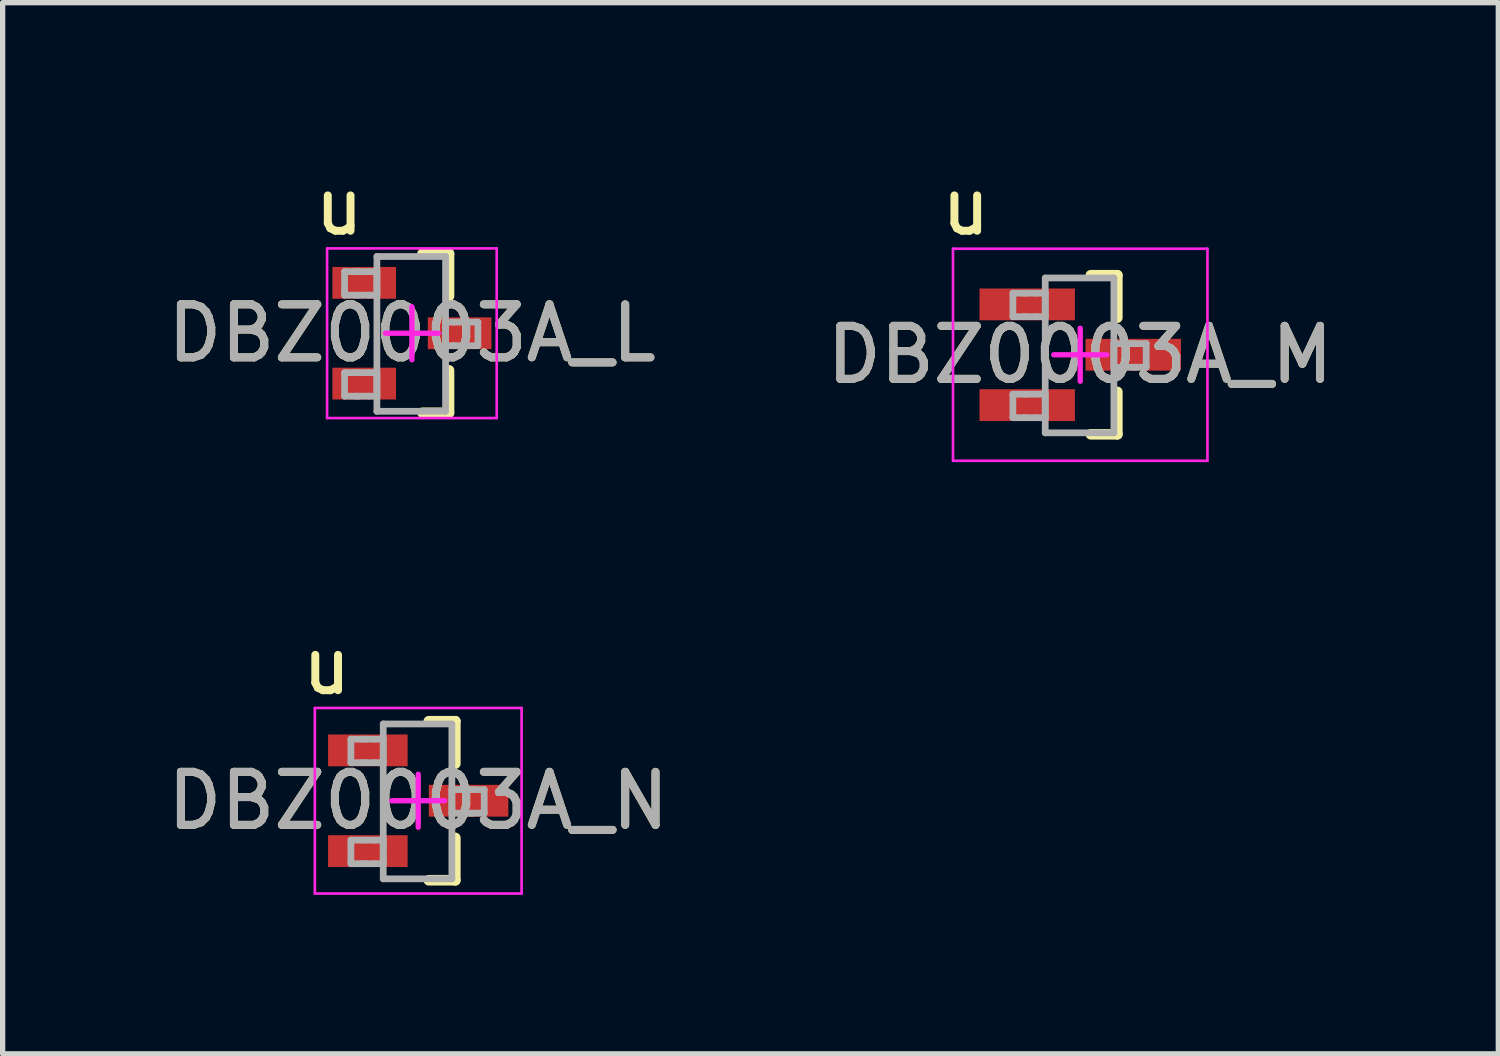
<source format=kicad_pcb>
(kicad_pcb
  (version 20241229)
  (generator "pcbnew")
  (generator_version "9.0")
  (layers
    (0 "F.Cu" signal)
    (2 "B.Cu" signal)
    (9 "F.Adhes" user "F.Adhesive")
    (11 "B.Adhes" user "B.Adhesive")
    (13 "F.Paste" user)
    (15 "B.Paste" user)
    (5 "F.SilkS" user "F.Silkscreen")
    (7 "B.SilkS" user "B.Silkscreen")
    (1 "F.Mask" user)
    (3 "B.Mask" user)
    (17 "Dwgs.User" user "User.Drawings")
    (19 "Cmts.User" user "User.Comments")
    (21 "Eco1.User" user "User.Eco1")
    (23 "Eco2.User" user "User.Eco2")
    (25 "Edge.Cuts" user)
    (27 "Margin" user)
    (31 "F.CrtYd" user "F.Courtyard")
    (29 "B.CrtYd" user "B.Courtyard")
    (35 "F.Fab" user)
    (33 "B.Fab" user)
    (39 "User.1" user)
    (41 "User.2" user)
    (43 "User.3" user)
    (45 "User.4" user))
  (footprint "DBZ0003A_L"
    (layer "F.Cu")
    (at 4.72 3.236)
    (property "Reference" "DBZ0003A_L" (at 0 0 0) (unlocked yes) (layer "F.SilkS") (effects (font (size 1 1) (thickness 0.15))))
    (attr smd)
    (fp_line (start 0.2 -1.5) (end 0.7 -1.5) (stroke (width 0.2) (type solid)) (layer "F.SilkS"))
    (fp_line (start 0.2 1.5) (end 0.7 1.5) (stroke (width 0.2) (type solid)) (layer "F.SilkS"))
    (fp_line (start 0.7 -0.7) (end 0.7 -1.5) (stroke (width 0.2) (type solid)) (layer "F.SilkS"))
    (fp_line (start 0.7 1.5) (end 0.7 0.7) (stroke (width 0.2) (type solid)) (layer "F.SilkS"))
    (fp_line (start -1.6 -1.6) (end 1.6 -1.6) (stroke (width 0.05) (type solid)) (layer "F.CrtYd"))
    (fp_line (start -1.6 1.6) (end -1.6 -1.6) (stroke (width 0.05) (type solid)) (layer "F.CrtYd"))
    (fp_line (start -1.6 1.6) (end 1.6 1.6) (stroke (width 0.05) (type solid)) (layer "F.CrtYd"))
    (fp_line (start -0.5 0) (end 0.5 0) (stroke (width 0.1) (type solid)) (layer "F.CrtYd"))
    (fp_line (start 0.000003 0.5) (end 0.000003 -0.5) (stroke (width 0.1) (type solid)) (layer "F.CrtYd"))
    (fp_line (start 1.6 1.6) (end 1.6 -1.6) (stroke (width 0.05) (type solid)) (layer "F.CrtYd"))
    (fp_line (start -1.27 -1.162) (end -1.063 -1.162) (stroke (width 0.127) (type solid)) (layer "F.Fab"))
    (fp_line (start -1.27 -0.718) (end -1.27 -1.162) (stroke (width 0.127) (type solid)) (layer "F.Fab"))
    (fp_line (start -1.27 -0.718) (end -1.063 -0.718) (stroke (width 0.127) (type solid)) (layer "F.Fab"))
    (fp_line (start -1.27 0.743) (end -1.063 0.743) (stroke (width 0.127) (type solid)) (layer "F.Fab"))
    (fp_line (start -1.27 1.187) (end -1.27 0.743) (stroke (width 0.127) (type solid)) (layer "F.Fab"))
    (fp_line (start -1.27 1.187) (end -1.063 1.187) (stroke (width 0.127) (type solid)) (layer "F.Fab"))
    (fp_line (start -1.063 -1.162) (end -1.005 -1.162) (stroke (width 0.127) (type solid)) (layer "F.Fab"))
    (fp_line (start -1.063 -0.718) (end -1.005 -0.718) (stroke (width 0.127) (type solid)) (layer "F.Fab"))
    (fp_line (start -1.063 0.743) (end -1.005 0.743) (stroke (width 0.127) (type solid)) (layer "F.Fab"))
    (fp_line (start -1.063 1.187) (end -1.005 1.187) (stroke (width 0.127) (type solid)) (layer "F.Fab"))
    (fp_line (start -1.005 -1.162) (end -0.814 -1.162) (stroke (width 0.127) (type solid)) (layer "F.Fab"))
    (fp_line (start -1.005 -0.718) (end -0.814 -0.718) (stroke (width 0.127) (type solid)) (layer "F.Fab"))
    (fp_line (start -1.005 0.743) (end -0.814 0.743) (stroke (width 0.127) (type solid)) (layer "F.Fab"))
    (fp_line (start -1.005 1.187) (end -0.814 1.187) (stroke (width 0.127) (type solid)) (layer "F.Fab"))
    (fp_line (start -0.814 -1.162) (end -0.66 -1.162) (stroke (width 0.127) (type solid)) (layer "F.Fab"))
    (fp_line (start -0.814 -0.718) (end -0.66 -0.718) (stroke (width 0.127) (type solid)) (layer "F.Fab"))
    (fp_line (start -0.814 0.743) (end -0.66 0.743) (stroke (width 0.127) (type solid)) (layer "F.Fab"))
    (fp_line (start -0.814 1.187) (end -0.66 1.187) (stroke (width 0.127) (type solid)) (layer "F.Fab"))
    (fp_line (start -0.66 -1.448) (end 0.635 -1.448) (stroke (width 0.127) (type solid)) (layer "F.Fab"))
    (fp_line (start -0.66 -0.718) (end -0.66 -1.162) (stroke (width 0.127) (type solid)) (layer "F.Fab"))
    (fp_line (start -0.66 1.187) (end -0.66 0.743) (stroke (width 0.127) (type solid)) (layer "F.Fab"))
    (fp_line (start -0.66 1.473) (end -0.66 -1.448) (stroke (width 0.127) (type solid)) (layer "F.Fab"))
    (fp_line (start -0.66 1.473) (end 0.635 1.473) (stroke (width 0.127) (type solid)) (layer "F.Fab"))
    (fp_line (start 0.635 -0.21) (end 0.789 -0.21) (stroke (width 0.127) (type solid)) (layer "F.Fab"))
    (fp_line (start 0.635 0.235) (end 0.635 -0.21) (stroke (width 0.127) (type solid)) (layer "F.Fab"))
    (fp_line (start 0.635 0.235) (end 0.789 0.235) (stroke (width 0.127) (type solid)) (layer "F.Fab"))
    (fp_line (start 0.635 1.473) (end 0.635 -1.448) (stroke (width 0.127) (type solid)) (layer "F.Fab"))
    (fp_line (start 0.789 -0.21) (end 0.98 -0.21) (stroke (width 0.127) (type solid)) (layer "F.Fab"))
    (fp_line (start 0.789 0.235) (end 0.98 0.235) (stroke (width 0.127) (type solid)) (layer "F.Fab"))
    (fp_line (start 0.98 -0.21) (end 1.037 -0.21) (stroke (width 0.127) (type solid)) (layer "F.Fab"))
    (fp_line (start 0.98 0.235) (end 1.037 0.235) (stroke (width 0.127) (type solid)) (layer "F.Fab"))
    (fp_line (start 1.037 -0.21) (end 1.245 -0.21) (stroke (width 0.127) (type solid)) (layer "F.Fab"))
    (fp_line (start 1.037 0.235) (end 1.245 0.235) (stroke (width 0.127) (type solid)) (layer "F.Fab"))
    (fp_line (start 1.245 0.235) (end 1.245 -0.21) (stroke (width 0.127) (type solid)) (layer "F.Fab"))
    (fp_text user "u" (at -1.372 -2.388 0) (unlocked yes) (layer "F.SilkS") (effects (font (size 1 1) (thickness 0.15))))
    (fp_text user "${REFERENCE}" (at 0 0 0) (unlocked yes) (layer "F.Fab") (effects (font (size 1 1) (thickness 0.15))))
    (pad "1" smd rect (at -0.9 -0.95 90) (size 0.6 1.2) (layers "F.Cu" "F.Mask" "F.Paste"))
    (pad "2" smd rect (at -0.9 0.95 90) (size 0.6 1.2) (layers "F.Cu" "F.Mask" "F.Paste"))
    (pad "3" smd rect (at 0.9 0 90) (size 0.6 1.2) (layers "F.Cu" "F.Mask" "F.Paste")))
  (footprint "DBZ0003A_M"
    (layer "F.Cu")
    (at 17.327 3.642)
    (property "Reference" "DBZ0003A_M" (at 0 0 0) (unlocked yes) (layer "F.SilkS") (effects (font (size 1 1) (thickness 0.15))))
    (attr smd)
    (fp_line (start 0.2 -1.5) (end 0.7 -1.5) (stroke (width 0.2) (type solid)) (layer "F.SilkS"))
    (fp_line (start 0.2 1.5) (end 0.7 1.5) (stroke (width 0.2) (type solid)) (layer "F.SilkS"))
    (fp_line (start 0.7 -0.7) (end 0.7 -1.5) (stroke (width 0.2) (type solid)) (layer "F.SilkS"))
    (fp_line (start 0.7 1.5) (end 0.7 0.7) (stroke (width 0.2) (type solid)) (layer "F.SilkS"))
    (fp_line (start -2.4 -2) (end 2.4 -2) (stroke (width 0.05) (type solid)) (layer "F.CrtYd"))
    (fp_line (start -2.4 2) (end -2.4 -2) (stroke (width 0.05) (type solid)) (layer "F.CrtYd"))
    (fp_line (start -2.4 2) (end 2.4 2) (stroke (width 0.05) (type solid)) (layer "F.CrtYd"))
    (fp_line (start -0.5 0) (end 0.5 0) (stroke (width 0.1) (type solid)) (layer "F.CrtYd"))
    (fp_line (start 0 0.5) (end 0 -0.5) (stroke (width 0.1) (type solid)) (layer "F.CrtYd"))
    (fp_line (start 2.4 2) (end 2.4 -2) (stroke (width 0.05) (type solid)) (layer "F.CrtYd"))
    (fp_line (start -1.27 -1.162) (end -1.063 -1.162) (stroke (width 0.127) (type solid)) (layer "F.Fab"))
    (fp_line (start -1.27 -0.718) (end -1.27 -1.162) (stroke (width 0.127) (type solid)) (layer "F.Fab"))
    (fp_line (start -1.27 -0.718) (end -1.063 -0.718) (stroke (width 0.127) (type solid)) (layer "F.Fab"))
    (fp_line (start -1.27 0.743) (end -1.063 0.743) (stroke (width 0.127) (type solid)) (layer "F.Fab"))
    (fp_line (start -1.27 1.187) (end -1.27 0.743) (stroke (width 0.127) (type solid)) (layer "F.Fab"))
    (fp_line (start -1.27 1.187) (end -1.063 1.187) (stroke (width 0.127) (type solid)) (layer "F.Fab"))
    (fp_line (start -1.063 -1.162) (end -1.005 -1.162) (stroke (width 0.127) (type solid)) (layer "F.Fab"))
    (fp_line (start -1.063 -0.718) (end -1.005 -0.718) (stroke (width 0.127) (type solid)) (layer "F.Fab"))
    (fp_line (start -1.063 0.743) (end -1.005 0.743) (stroke (width 0.127) (type solid)) (layer "F.Fab"))
    (fp_line (start -1.063 1.187) (end -1.005 1.187) (stroke (width 0.127) (type solid)) (layer "F.Fab"))
    (fp_line (start -1.005 -1.162) (end -0.814 -1.162) (stroke (width 0.127) (type solid)) (layer "F.Fab"))
    (fp_line (start -1.005 -0.718) (end -0.814 -0.718) (stroke (width 0.127) (type solid)) (layer "F.Fab"))
    (fp_line (start -1.005 0.743) (end -0.814 0.743) (stroke (width 0.127) (type solid)) (layer "F.Fab"))
    (fp_line (start -1.005 1.187) (end -0.814 1.187) (stroke (width 0.127) (type solid)) (layer "F.Fab"))
    (fp_line (start -0.814 -1.162) (end -0.66 -1.162) (stroke (width 0.127) (type solid)) (layer "F.Fab"))
    (fp_line (start -0.814 -0.718) (end -0.66 -0.718) (stroke (width 0.127) (type solid)) (layer "F.Fab"))
    (fp_line (start -0.814 0.743) (end -0.66 0.743) (stroke (width 0.127) (type solid)) (layer "F.Fab"))
    (fp_line (start -0.814 1.187) (end -0.66 1.187) (stroke (width 0.127) (type solid)) (layer "F.Fab"))
    (fp_line (start -0.66 -1.448) (end 0.635 -1.448) (stroke (width 0.127) (type solid)) (layer "F.Fab"))
    (fp_line (start -0.66 -0.718) (end -0.66 -1.162) (stroke (width 0.127) (type solid)) (layer "F.Fab"))
    (fp_line (start -0.66 1.187) (end -0.66 0.743) (stroke (width 0.127) (type solid)) (layer "F.Fab"))
    (fp_line (start -0.66 1.473) (end -0.66 -1.448) (stroke (width 0.127) (type solid)) (layer "F.Fab"))
    (fp_line (start -0.66 1.473) (end 0.635 1.473) (stroke (width 0.127) (type solid)) (layer "F.Fab"))
    (fp_line (start 0.635 -0.21) (end 0.789 -0.21) (stroke (width 0.127) (type solid)) (layer "F.Fab"))
    (fp_line (start 0.635 0.235) (end 0.635 -0.21) (stroke (width 0.127) (type solid)) (layer "F.Fab"))
    (fp_line (start 0.635 0.235) (end 0.789 0.235) (stroke (width 0.127) (type solid)) (layer "F.Fab"))
    (fp_line (start 0.635 1.473) (end 0.635 -1.448) (stroke (width 0.127) (type solid)) (layer "F.Fab"))
    (fp_line (start 0.789 -0.21) (end 0.98 -0.21) (stroke (width 0.127) (type solid)) (layer "F.Fab"))
    (fp_line (start 0.789 0.235) (end 0.98 0.235) (stroke (width 0.127) (type solid)) (layer "F.Fab"))
    (fp_line (start 0.98 -0.21) (end 1.037 -0.21) (stroke (width 0.127) (type solid)) (layer "F.Fab"))
    (fp_line (start 0.98 0.235) (end 1.037 0.235) (stroke (width 0.127) (type solid)) (layer "F.Fab"))
    (fp_line (start 1.037 -0.21) (end 1.245 -0.21) (stroke (width 0.127) (type solid)) (layer "F.Fab"))
    (fp_line (start 1.037 0.235) (end 1.245 0.235) (stroke (width 0.127) (type solid)) (layer "F.Fab"))
    (fp_line (start 1.245 0.235) (end 1.245 -0.21) (stroke (width 0.127) (type solid)) (layer "F.Fab"))
    (fp_text user "u" (at -2.159 -2.794 0) (unlocked yes) (layer "F.SilkS") (effects (font (size 1 1) (thickness 0.15))))
    (fp_text user "${REFERENCE}" (at 0 0 0) (unlocked yes) (layer "F.Fab") (effects (font (size 1 1) (thickness 0.15))))
    (pad "1" smd rect (at -1 -0.95 90) (size 0.6 1.8) (layers "F.Cu" "F.Mask" "F.Paste"))
    (pad "2" smd rect (at -1 0.95 90) (size 0.6 1.8) (layers "F.Cu" "F.Mask" "F.Paste"))
    (pad "3" smd rect (at 1 0 90) (size 0.6 1.8) (layers "F.Cu" "F.Mask" "F.Paste")))
  (footprint "DBZ0003A_N"
    (layer "F.Cu")
    (at 4.839 12.055)
    (property "Reference" "DBZ0003A_N" (at 0 0 0) (unlocked yes) (layer "F.SilkS") (effects (font (size 1 1) (thickness 0.15))))
    (attr smd)
    (fp_line (start 0.2 -1.5) (end 0.7 -1.5) (stroke (width 0.2) (type solid)) (layer "F.SilkS"))
    (fp_line (start 0.2 1.5) (end 0.7 1.5) (stroke (width 0.2) (type solid)) (layer "F.SilkS"))
    (fp_line (start 0.7 -0.7) (end 0.7 -1.5) (stroke (width 0.2) (type solid)) (layer "F.SilkS"))
    (fp_line (start 0.7 1.5) (end 0.7 0.7) (stroke (width 0.2) (type solid)) (layer "F.SilkS"))
    (fp_line (start -1.95 -1.75) (end 1.95 -1.75) (stroke (width 0.05) (type solid)) (layer "F.CrtYd"))
    (fp_line (start -1.95 1.75) (end -1.95 -1.75) (stroke (width 0.05) (type solid)) (layer "F.CrtYd"))
    (fp_line (start -1.95 1.75) (end 1.95 1.75) (stroke (width 0.05) (type solid)) (layer "F.CrtYd"))
    (fp_line (start -0.5 0) (end 0.5 0) (stroke (width 0.1) (type solid)) (layer "F.CrtYd"))
    (fp_line (start 0.000003 0.5) (end 0.000003 -0.5) (stroke (width 0.1) (type solid)) (layer "F.CrtYd"))
    (fp_line (start 1.95 1.75) (end 1.95 -1.75) (stroke (width 0.05) (type solid)) (layer "F.CrtYd"))
    (fp_line (start -1.27 -1.162) (end -1.063 -1.162) (stroke (width 0.127) (type solid)) (layer "F.Fab"))
    (fp_line (start -1.27 -0.718) (end -1.27 -1.162) (stroke (width 0.127) (type solid)) (layer "F.Fab"))
    (fp_line (start -1.27 -0.718) (end -1.063 -0.718) (stroke (width 0.127) (type solid)) (layer "F.Fab"))
    (fp_line (start -1.27 0.743) (end -1.063 0.743) (stroke (width 0.127) (type solid)) (layer "F.Fab"))
    (fp_line (start -1.27 1.187) (end -1.27 0.743) (stroke (width 0.127) (type solid)) (layer "F.Fab"))
    (fp_line (start -1.27 1.187) (end -1.063 1.187) (stroke (width 0.127) (type solid)) (layer "F.Fab"))
    (fp_line (start -1.063 -1.162) (end -1.005 -1.162) (stroke (width 0.127) (type solid)) (layer "F.Fab"))
    (fp_line (start -1.063 -0.718) (end -1.005 -0.718) (stroke (width 0.127) (type solid)) (layer "F.Fab"))
    (fp_line (start -1.063 0.743) (end -1.005 0.743) (stroke (width 0.127) (type solid)) (layer "F.Fab"))
    (fp_line (start -1.063 1.187) (end -1.005 1.187) (stroke (width 0.127) (type solid)) (layer "F.Fab"))
    (fp_line (start -1.005 -1.162) (end -0.814 -1.162) (stroke (width 0.127) (type solid)) (layer "F.Fab"))
    (fp_line (start -1.005 -0.718) (end -0.814 -0.718) (stroke (width 0.127) (type solid)) (layer "F.Fab"))
    (fp_line (start -1.005 0.743) (end -0.814 0.743) (stroke (width 0.127) (type solid)) (layer "F.Fab"))
    (fp_line (start -1.005 1.187) (end -0.814 1.187) (stroke (width 0.127) (type solid)) (layer "F.Fab"))
    (fp_line (start -0.814 -1.162) (end -0.66 -1.162) (stroke (width 0.127) (type solid)) (layer "F.Fab"))
    (fp_line (start -0.814 -0.718) (end -0.66 -0.718) (stroke (width 0.127) (type solid)) (layer "F.Fab"))
    (fp_line (start -0.814 0.743) (end -0.66 0.743) (stroke (width 0.127) (type solid)) (layer "F.Fab"))
    (fp_line (start -0.814 1.187) (end -0.66 1.187) (stroke (width 0.127) (type solid)) (layer "F.Fab"))
    (fp_line (start -0.66 -1.448) (end 0.635 -1.448) (stroke (width 0.127) (type solid)) (layer "F.Fab"))
    (fp_line (start -0.66 -0.718) (end -0.66 -1.162) (stroke (width 0.127) (type solid)) (layer "F.Fab"))
    (fp_line (start -0.66 1.187) (end -0.66 0.743) (stroke (width 0.127) (type solid)) (layer "F.Fab"))
    (fp_line (start -0.66 1.473) (end -0.66 -1.448) (stroke (width 0.127) (type solid)) (layer "F.Fab"))
    (fp_line (start -0.66 1.473) (end 0.635 1.473) (stroke (width 0.127) (type solid)) (layer "F.Fab"))
    (fp_line (start 0.635 -0.21) (end 0.789 -0.21) (stroke (width 0.127) (type solid)) (layer "F.Fab"))
    (fp_line (start 0.635 0.235) (end 0.635 -0.21) (stroke (width 0.127) (type solid)) (layer "F.Fab"))
    (fp_line (start 0.635 0.235) (end 0.789 0.235) (stroke (width 0.127) (type solid)) (layer "F.Fab"))
    (fp_line (start 0.635 1.473) (end 0.635 -1.448) (stroke (width 0.127) (type solid)) (layer "F.Fab"))
    (fp_line (start 0.789 -0.21) (end 0.98 -0.21) (stroke (width 0.127) (type solid)) (layer "F.Fab"))
    (fp_line (start 0.789 0.235) (end 0.98 0.235) (stroke (width 0.127) (type solid)) (layer "F.Fab"))
    (fp_line (start 0.98 -0.21) (end 1.037 -0.21) (stroke (width 0.127) (type solid)) (layer "F.Fab"))
    (fp_line (start 0.98 0.235) (end 1.037 0.235) (stroke (width 0.127) (type solid)) (layer "F.Fab"))
    (fp_line (start 1.037 -0.21) (end 1.245 -0.21) (stroke (width 0.127) (type solid)) (layer "F.Fab"))
    (fp_line (start 1.037 0.235) (end 1.245 0.235) (stroke (width 0.127) (type solid)) (layer "F.Fab"))
    (fp_line (start 1.245 0.235) (end 1.245 -0.21) (stroke (width 0.127) (type solid)) (layer "F.Fab"))
    (fp_text user "u" (at -1.727 -2.54 0) (unlocked yes) (layer "F.SilkS") (effects (font (size 1 1) (thickness 0.15))))
    (fp_text user "${REFERENCE}" (at 0 0 0) (unlocked yes) (layer "F.Fab") (effects (font (size 1 1) (thickness 0.15))))
    (pad "1" smd rect (at -0.95 -0.95 90) (size 0.6 1.5) (layers "F.Cu" "F.Mask" "F.Paste"))
    (pad "2" smd rect (at -0.95 0.95 90) (size 0.6 1.5) (layers "F.Cu" "F.Mask" "F.Paste"))
    (pad "3" smd rect (at 0.95 0 90) (size 0.6 1.5) (layers "F.Cu" "F.Mask" "F.Paste")))
  (gr_rect
    (start -3 -3)
    (end 25.214 16.83)
    (stroke (width 0.1) (type default))
    (fill no)
    (layer "Edge.Cuts")))
</source>
